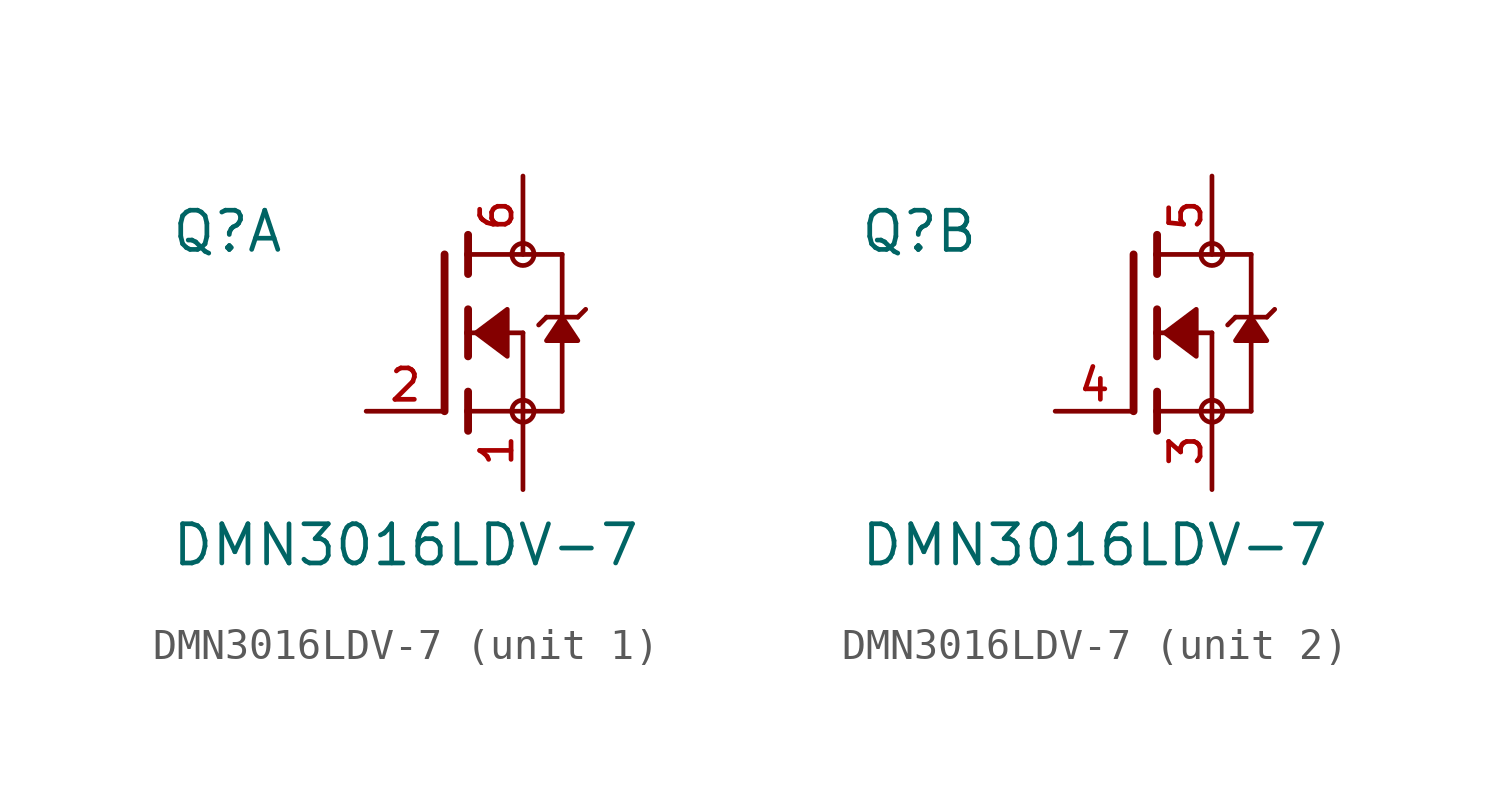
<source format=kicad_sym>
(kicad_symbol_lib
  (version 20211014)
  (generator kicad_symbol_editor)
  (symbol "DMN3016LDV-7"
    (pin_names
      (offset 1.016))
    (property "Reference" "Q"
      (at -8.89 2.54 0)
      (effects (font (size 1.27 1.27)) (justify bottom left)))
    (property "Value" "DMN3016LDV-7"
      (at -8.89 -7.62 0)
      (effects (font (size 1.27 1.27)) (justify bottom left)))
    (symbol "DMN3016LDV-7_1_0"
      (polyline (pts (xy 0.762 0.762) (xy 0.762 0.0)) (stroke (width 0.254)))
      (polyline (pts (xy 0.762 0.0) (xy 0.762 -0.762)) (stroke (width 0.254)))
      (polyline (pts (xy 0.762 3.175) (xy 0.762 2.54)) (stroke (width 0.254)))
      (polyline (pts (xy 0.762 2.54) (xy 0.762 1.905)) (stroke (width 0.254)))
      (polyline (pts (xy 0.762 0.0) (xy 2.54 0.0)) (stroke (width 0.152)))
      (polyline (pts (xy 2.54 0.0) (xy 2.54 -2.54)) (stroke (width 0.152)))
      (polyline (pts (xy 0.762 -1.905) (xy 0.762 -2.54)) (stroke (width 0.254)))
      (polyline (pts (xy 0.762 -2.54) (xy 0.762 -3.175)) (stroke (width 0.254)))
      (polyline (pts (xy 0.0 2.54) (xy 0.0 -2.54)) (stroke (width 0.254)))
      (polyline (pts (xy 2.54 -2.54) (xy 0.762 -2.54)) (stroke (width 0.152)))
      (polyline (pts (xy 3.81 2.54) (xy 3.81 0.508)) (stroke (width 0.152)))
      (polyline (pts (xy 3.81 0.508) (xy 3.81 -2.54)) (stroke (width 0.152)))
      (polyline (pts (xy 2.54 -2.54) (xy 3.81 -2.54)) (stroke (width 0.152)))
      (polyline (pts (xy 0.762 2.54) (xy 3.81 2.54)) (stroke (width 0.152)))
      (polyline (pts (xy 4.572 0.762) (xy 4.318 0.508)) (stroke (width 0.152)))
      (polyline (pts (xy 4.318 0.508) (xy 3.81 0.508)) (stroke (width 0.152)))
      (polyline (pts (xy 3.81 0.508) (xy 3.302 0.508)) (stroke (width 0.152)))
      (polyline (pts (xy 3.302 0.508) (xy 3.048 0.254)) (stroke (width 0.152)))
      (circle (center 2.54 -2.54) (radius 0.359) (stroke (width 0.0)) (fill (type none)))
      (circle (center 2.54 2.54) (radius 0.359) (stroke (width 0.0)) (fill (type none)))
      (polyline (pts (xy 3.81 0.508) (xy 3.302 -0.254) (xy 4.318 -0.254) (xy 3.81 0.508)) (stroke (width 0.152)) (fill (type outline)))
      (polyline (pts (xy 1.016 0.0) (xy 2.032 0.762) (xy 2.032 -0.762) (xy 1.016 0.0)) (stroke (width 0.152)) (fill (type outline)))
      (pin passive line (at 2.54 -5.08 90.0) (length 2.54) (name "~" (effects (font (size 1.016 1.016)))) (number "1" (effects (font (size 1.016 1.016)))))
      (pin passive line (at -2.54 -2.54 0) (length 2.54) (name "~" (effects (font (size 1.016 1.016)))) (number "2" (effects (font (size 1.016 1.016)))))
      (pin passive line (at 2.54 5.08 270.0) (length 2.54) (name "~" (effects (font (size 1.016 1.016)))) (number "6" (effects (font (size 1.016 1.016))))))
    (symbol "DMN3016LDV-7_2_0"
      (polyline (pts (xy 0.762 0.762) (xy 0.762 0.0)) (stroke (width 0.254)))
      (polyline (pts (xy 0.762 0.0) (xy 0.762 -0.762)) (stroke (width 0.254)))
      (polyline (pts (xy 0.762 3.175) (xy 0.762 2.54)) (stroke (width 0.254)))
      (polyline (pts (xy 0.762 2.54) (xy 0.762 1.905)) (stroke (width 0.254)))
      (polyline (pts (xy 0.762 0.0) (xy 2.54 0.0)) (stroke (width 0.152)))
      (polyline (pts (xy 2.54 0.0) (xy 2.54 -2.54)) (stroke (width 0.152)))
      (polyline (pts (xy 0.762 -1.905) (xy 0.762 -2.54)) (stroke (width 0.254)))
      (polyline (pts (xy 0.762 -2.54) (xy 0.762 -3.175)) (stroke (width 0.254)))
      (polyline (pts (xy 0.0 2.54) (xy 0.0 -2.54)) (stroke (width 0.254)))
      (polyline (pts (xy 2.54 -2.54) (xy 0.762 -2.54)) (stroke (width 0.152)))
      (polyline (pts (xy 3.81 2.54) (xy 3.81 0.508)) (stroke (width 0.152)))
      (polyline (pts (xy 3.81 0.508) (xy 3.81 -2.54)) (stroke (width 0.152)))
      (polyline (pts (xy 2.54 -2.54) (xy 3.81 -2.54)) (stroke (width 0.152)))
      (polyline (pts (xy 0.762 2.54) (xy 3.81 2.54)) (stroke (width 0.152)))
      (polyline (pts (xy 4.572 0.762) (xy 4.318 0.508)) (stroke (width 0.152)))
      (polyline (pts (xy 4.318 0.508) (xy 3.81 0.508)) (stroke (width 0.152)))
      (polyline (pts (xy 3.81 0.508) (xy 3.302 0.508)) (stroke (width 0.152)))
      (polyline (pts (xy 3.302 0.508) (xy 3.048 0.254)) (stroke (width 0.152)))
      (circle (center 2.54 -2.54) (radius 0.359) (stroke (width 0.0)) (fill (type none)))
      (circle (center 2.54 2.54) (radius 0.359) (stroke (width 0.0)) (fill (type none)))
      (polyline (pts (xy 3.81 0.508) (xy 3.302 -0.254) (xy 4.318 -0.254) (xy 3.81 0.508)) (stroke (width 0.152)) (fill (type outline)))
      (polyline (pts (xy 1.016 0.0) (xy 2.032 0.762) (xy 2.032 -0.762) (xy 1.016 0.0)) (stroke (width 0.152)) (fill (type outline)))
      (pin passive line (at 2.54 -5.08 90.0) (length 2.54) (name "~" (effects (font (size 1.016 1.016)))) (number "3" (effects (font (size 1.016 1.016)))))
      (pin passive line (at -2.54 -2.54 0) (length 2.54) (name "~" (effects (font (size 1.016 1.016)))) (number "4" (effects (font (size 1.016 1.016)))))
      (pin passive line (at 2.54 5.08 270.0) (length 2.54) (name "~" (effects (font (size 1.016 1.016)))) (number "5" (effects (font (size 1.016 1.016))))))))
</source>
